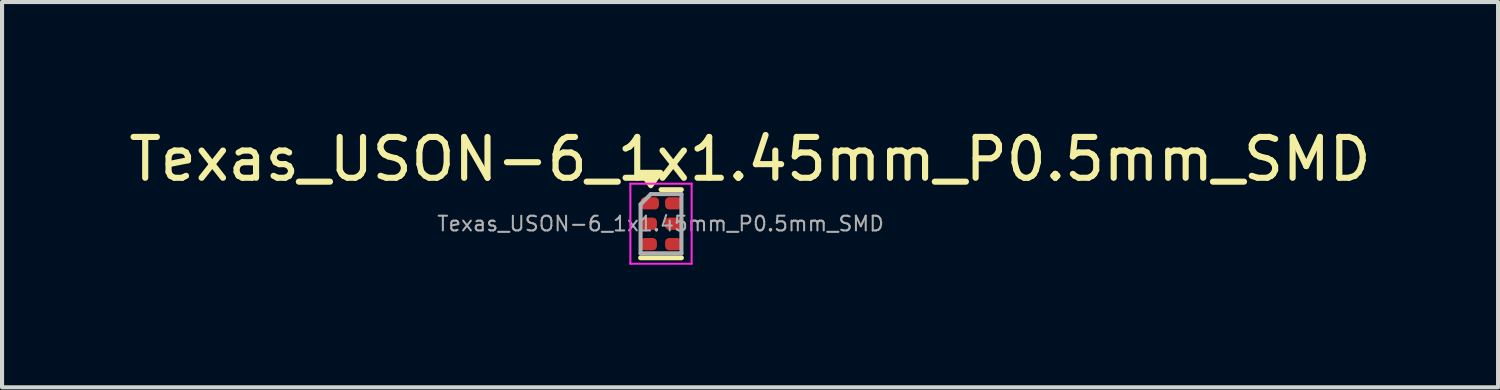
<source format=kicad_pcb>
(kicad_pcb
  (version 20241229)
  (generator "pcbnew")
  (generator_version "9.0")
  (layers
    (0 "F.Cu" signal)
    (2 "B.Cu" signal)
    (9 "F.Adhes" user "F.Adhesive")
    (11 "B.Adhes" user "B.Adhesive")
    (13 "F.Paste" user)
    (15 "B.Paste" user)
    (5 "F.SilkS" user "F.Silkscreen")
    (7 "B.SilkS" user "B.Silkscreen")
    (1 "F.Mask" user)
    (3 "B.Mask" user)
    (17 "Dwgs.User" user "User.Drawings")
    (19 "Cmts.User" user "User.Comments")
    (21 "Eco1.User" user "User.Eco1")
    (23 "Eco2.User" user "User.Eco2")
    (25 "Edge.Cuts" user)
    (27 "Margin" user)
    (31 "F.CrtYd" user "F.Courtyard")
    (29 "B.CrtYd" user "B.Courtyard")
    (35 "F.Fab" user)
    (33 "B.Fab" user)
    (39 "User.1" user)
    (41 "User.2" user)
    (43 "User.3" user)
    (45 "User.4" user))
  (footprint "Texas_USON-6_1x1.45mm_P0.5mm_SMD"
    (layer "F.Cu")
    (at 13.135 2.428)
    (property "Reference" "Texas_USON-6_1x1.45mm_P0.5mm_SMD" (at 2.18 -1.58 0) (layer "F.SilkS") (effects (font (size 1 1) (thickness 0.15))))
    (attr smd)
    (fp_line (start -0.5 0.835) (end 0.5 0.835) (stroke (width 0.12) (type solid)) (layer "F.SilkS"))
    (fp_line (start 0 -0.835) (end 0.5 -0.835) (stroke (width 0.12) (type solid)) (layer "F.SilkS"))
    (fp_poly (pts (xy -0.25 -0.93) (xy -0.49 -1.26) (xy -0.01 -1.26) (xy -0.25 -0.93)) (stroke (width 0.12) (type solid)) (fill yes) (layer "F.SilkS"))
    (fp_line (start -0.75 -0.98) (end -0.75 0.98) (stroke (width 0.05) (type solid)) (layer "F.CrtYd"))
    (fp_line (start -0.75 0.98) (end 0.75 0.98) (stroke (width 0.05) (type solid)) (layer "F.CrtYd"))
    (fp_line (start 0.75 -0.98) (end -0.75 -0.98) (stroke (width 0.05) (type solid)) (layer "F.CrtYd"))
    (fp_line (start 0.75 0.98) (end 0.75 -0.98) (stroke (width 0.05) (type solid)) (layer "F.CrtYd"))
    (fp_line (start -0.5 -0.475) (end -0.25 -0.725) (stroke (width 0.1) (type solid)) (layer "F.Fab"))
    (fp_line (start -0.5 0.725) (end -0.5 -0.475) (stroke (width 0.1) (type solid)) (layer "F.Fab"))
    (fp_line (start -0.25 -0.725) (end 0.5 -0.725) (stroke (width 0.1) (type solid)) (layer "F.Fab"))
    (fp_line (start 0.5 -0.725) (end 0.5 0.725) (stroke (width 0.1) (type solid)) (layer "F.Fab"))
    (fp_line (start 0.5 0.725) (end -0.5 0.725) (stroke (width 0.1) (type solid)) (layer "F.Fab"))
    (fp_text user "${REFERENCE}" (at -0.01 0 180) (layer "F.Fab") (effects (font (size 0.36 0.36) (thickness 0.05))))
    (pad "1" smd roundrect (at -0.275 -0.5) (size 0.45 0.3) (layers "F.Cu" "F.Mask" "F.Paste") (roundrect_rratio 0.333))
    (pad "2" smd roundrect (at -0.3 0) (size 0.4 0.3) (layers "F.Cu" "F.Mask" "F.Paste") (roundrect_rratio 0.333))
    (pad "3" smd roundrect (at -0.3 0.5) (size 0.4 0.3) (layers "F.Cu" "F.Mask" "F.Paste") (roundrect_rratio 0.333))
    (pad "4" smd roundrect (at 0.3 0.5) (size 0.4 0.3) (layers "F.Cu" "F.Mask" "F.Paste") (roundrect_rratio 0.333))
    (pad "5" smd roundrect (at 0.3 0) (size 0.4 0.3) (layers "F.Cu" "F.Mask" "F.Paste") (roundrect_rratio 0.333))
    (pad "6" smd roundrect (at 0.3 -0.5) (size 0.4 0.3) (layers "F.Cu" "F.Mask" "F.Paste") (roundrect_rratio 0.333)))
  (gr_rect
    (start -3 -3)
    (end 33.631 6.433)
    (stroke (width 0.1) (type default))
    (fill no)
    (layer "Edge.Cuts")))
</source>
